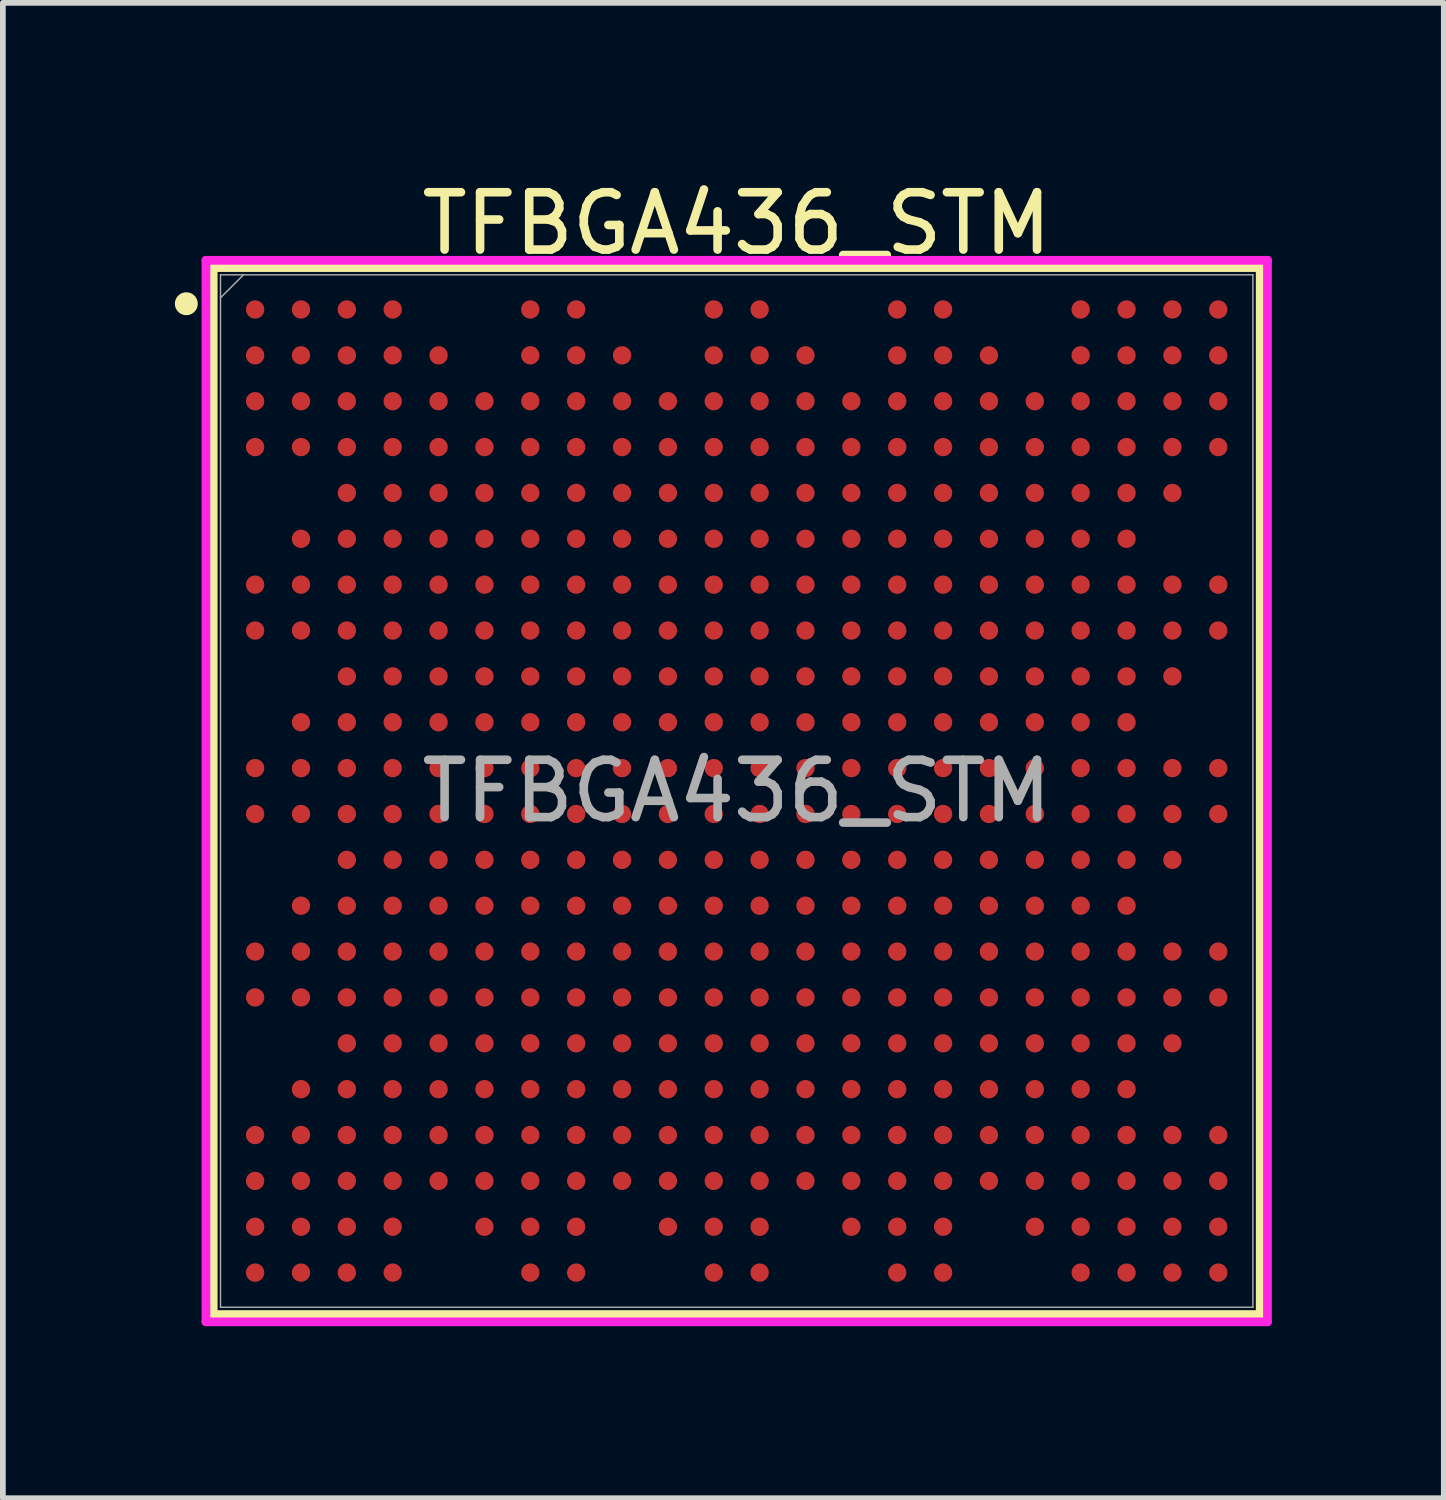
<source format=kicad_pcb>
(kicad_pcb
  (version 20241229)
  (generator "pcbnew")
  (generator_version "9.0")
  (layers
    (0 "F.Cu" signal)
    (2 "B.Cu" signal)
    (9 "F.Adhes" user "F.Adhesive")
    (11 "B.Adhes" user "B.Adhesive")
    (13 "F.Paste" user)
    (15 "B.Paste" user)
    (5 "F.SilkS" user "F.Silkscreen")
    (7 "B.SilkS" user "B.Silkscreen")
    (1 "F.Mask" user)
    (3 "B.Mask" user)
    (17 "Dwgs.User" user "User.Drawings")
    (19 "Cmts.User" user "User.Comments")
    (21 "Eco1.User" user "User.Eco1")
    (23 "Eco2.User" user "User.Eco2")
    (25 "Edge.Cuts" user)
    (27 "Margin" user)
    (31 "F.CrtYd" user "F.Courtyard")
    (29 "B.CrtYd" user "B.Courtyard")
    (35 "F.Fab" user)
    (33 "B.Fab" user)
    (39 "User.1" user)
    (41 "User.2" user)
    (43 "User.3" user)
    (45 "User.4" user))
  (footprint "TFBGA436_STM"
    (layer "F.Cu")
    (at 9.8 10.748)
    (property "Reference" "TFBGA436_STM" (at 0 -9.9 0) (unlocked yes) (layer "F.SilkS") (effects (font (size 1 1) (thickness 0.15))))
    (attr smd)
    (fp_line (start -9.131 -9.131) (end -9.131 9.131) (stroke (width 0.152) (type solid)) (layer "F.SilkS"))
    (fp_line (start -9.131 9.131) (end 9.131 9.131) (stroke (width 0.152) (type solid)) (layer "F.SilkS"))
    (fp_line (start 9.131 -9.131) (end -9.131 -9.131) (stroke (width 0.152) (type solid)) (layer "F.SilkS"))
    (fp_line (start 9.131 9.131) (end 9.131 -9.131) (stroke (width 0.152) (type solid)) (layer "F.SilkS"))
    (fp_circle (center -9.6 -8.5) (end -9.5 -8.5) (stroke (width 0.2) (type solid)) (fill no) (layer "F.SilkS"))
    (fp_poly (pts (xy -9.244 -9.244) (xy 9.244 -9.244) (xy 9.244 9.244) (xy -9.244 9.244)) (stroke (width 0.1) (type solid)) (fill no) (layer "Eco2.User"))
    (fp_line (start -9.258 -9.258) (end 9.258 -9.258) (stroke (width 0.152) (type solid)) (layer "F.CrtYd"))
    (fp_line (start -9.258 9.258) (end -9.258 -9.258) (stroke (width 0.152) (type solid)) (layer "F.CrtYd"))
    (fp_line (start 9.258 -9.258) (end 9.258 9.258) (stroke (width 0.152) (type solid)) (layer "F.CrtYd"))
    (fp_line (start 9.258 9.258) (end -9.258 9.258) (stroke (width 0.152) (type solid)) (layer "F.CrtYd"))
    (fp_line (start -9.004 -9.004) (end -9.004 9.004) (stroke (width 0.025) (type solid)) (layer "F.Fab"))
    (fp_line (start -9.004 9.004) (end 9.004 9.004) (stroke (width 0.025) (type solid)) (layer "F.Fab"))
    (fp_line (start -8.604 -9.004) (end -9.004 -8.604) (stroke (width 0.025) (type solid)) (layer "F.Fab"))
    (fp_line (start 9.004 -9.004) (end -9.004 -9.004) (stroke (width 0.025) (type solid)) (layer "F.Fab"))
    (fp_line (start 9.004 9.004) (end 9.004 -9.004) (stroke (width 0.025) (type solid)) (layer "F.Fab"))
    (fp_text user "${REFERENCE}" (at 0 0 0) (unlocked yes) (layer "F.Fab") (effects (font (size 1 1) (thickness 0.15))))
    (pad "A1" smd circle (at -8.4 -8.4) (size 0.32 0.32) (layers "F.Cu" "F.Mask" "F.Paste"))
    (pad "A2" smd circle (at -7.6 -8.4) (size 0.32 0.32) (layers "F.Cu" "F.Mask" "F.Paste"))
    (pad "A3" smd circle (at -6.8 -8.4) (size 0.32 0.32) (layers "F.Cu" "F.Mask" "F.Paste"))
    (pad "A4" smd circle (at -6 -8.4) (size 0.32 0.32) (layers "F.Cu" "F.Mask" "F.Paste"))
    (pad "A7" smd circle (at -3.6 -8.4) (size 0.32 0.32) (layers "F.Cu" "F.Mask" "F.Paste"))
    (pad "A8" smd circle (at -2.8 -8.4) (size 0.32 0.32) (layers "F.Cu" "F.Mask" "F.Paste"))
    (pad "A11" smd circle (at -0.4 -8.4) (size 0.32 0.32) (layers "F.Cu" "F.Mask" "F.Paste"))
    (pad "A12" smd circle (at 0.4 -8.4) (size 0.32 0.32) (layers "F.Cu" "F.Mask" "F.Paste"))
    (pad "A15" smd circle (at 2.8 -8.4) (size 0.32 0.32) (layers "F.Cu" "F.Mask" "F.Paste"))
    (pad "A16" smd circle (at 3.6 -8.4) (size 0.32 0.32) (layers "F.Cu" "F.Mask" "F.Paste"))
    (pad "A19" smd circle (at 6 -8.4) (size 0.32 0.32) (layers "F.Cu" "F.Mask" "F.Paste"))
    (pad "A20" smd circle (at 6.8 -8.4) (size 0.32 0.32) (layers "F.Cu" "F.Mask" "F.Paste"))
    (pad "A21" smd circle (at 7.6 -8.4) (size 0.32 0.32) (layers "F.Cu" "F.Mask" "F.Paste"))
    (pad "A22" smd circle (at 8.4 -8.4) (size 0.32 0.32) (layers "F.Cu" "F.Mask" "F.Paste"))
    (pad "AA1" smd circle (at -8.4 7.6) (size 0.32 0.32) (layers "F.Cu" "F.Mask" "F.Paste"))
    (pad "AA2" smd circle (at -7.6 7.6) (size 0.32 0.32) (layers "F.Cu" "F.Mask" "F.Paste"))
    (pad "AA3" smd circle (at -6.8 7.6) (size 0.32 0.32) (layers "F.Cu" "F.Mask" "F.Paste"))
    (pad "AA4" smd circle (at -6 7.6) (size 0.32 0.32) (layers "F.Cu" "F.Mask" "F.Paste"))
    (pad "AA6" smd circle (at -4.4 7.6) (size 0.32 0.32) (layers "F.Cu" "F.Mask" "F.Paste"))
    (pad "AA7" smd circle (at -3.6 7.6) (size 0.32 0.32) (layers "F.Cu" "F.Mask" "F.Paste"))
    (pad "AA8" smd circle (at -2.8 7.6) (size 0.32 0.32) (layers "F.Cu" "F.Mask" "F.Paste"))
    (pad "AA10" smd circle (at -1.2 7.6) (size 0.32 0.32) (layers "F.Cu" "F.Mask" "F.Paste"))
    (pad "AA11" smd circle (at -0.4 7.6) (size 0.32 0.32) (layers "F.Cu" "F.Mask" "F.Paste"))
    (pad "AA12" smd circle (at 0.4 7.6) (size 0.32 0.32) (layers "F.Cu" "F.Mask" "F.Paste"))
    (pad "AA14" smd circle (at 2 7.6) (size 0.32 0.32) (layers "F.Cu" "F.Mask" "F.Paste"))
    (pad "AA15" smd circle (at 2.8 7.6) (size 0.32 0.32) (layers "F.Cu" "F.Mask" "F.Paste"))
    (pad "AA16" smd circle (at 3.6 7.6) (size 0.32 0.32) (layers "F.Cu" "F.Mask" "F.Paste"))
    (pad "AA18" smd circle (at 5.2 7.6) (size 0.32 0.32) (layers "F.Cu" "F.Mask" "F.Paste"))
    (pad "AA19" smd circle (at 6 7.6) (size 0.32 0.32) (layers "F.Cu" "F.Mask" "F.Paste"))
    (pad "AA20" smd circle (at 6.8 7.6) (size 0.32 0.32) (layers "F.Cu" "F.Mask" "F.Paste"))
    (pad "AA21" smd circle (at 7.6 7.6) (size 0.32 0.32) (layers "F.Cu" "F.Mask" "F.Paste"))
    (pad "AA22" smd circle (at 8.4 7.6) (size 0.32 0.32) (layers "F.Cu" "F.Mask" "F.Paste"))
    (pad "AB1" smd circle (at -8.4 8.4) (size 0.32 0.32) (layers "F.Cu" "F.Mask" "F.Paste"))
    (pad "AB2" smd circle (at -7.6 8.4) (size 0.32 0.32) (layers "F.Cu" "F.Mask" "F.Paste"))
    (pad "AB3" smd circle (at -6.8 8.4) (size 0.32 0.32) (layers "F.Cu" "F.Mask" "F.Paste"))
    (pad "AB4" smd circle (at -6 8.4) (size 0.32 0.32) (layers "F.Cu" "F.Mask" "F.Paste"))
    (pad "AB7" smd circle (at -3.6 8.4) (size 0.32 0.32) (layers "F.Cu" "F.Mask" "F.Paste"))
    (pad "AB8" smd circle (at -2.8 8.4) (size 0.32 0.32) (layers "F.Cu" "F.Mask" "F.Paste"))
    (pad "AB11" smd circle (at -0.4 8.4) (size 0.32 0.32) (layers "F.Cu" "F.Mask" "F.Paste"))
    (pad "AB12" smd circle (at 0.4 8.4) (size 0.32 0.32) (layers "F.Cu" "F.Mask" "F.Paste"))
    (pad "AB15" smd circle (at 2.8 8.4) (size 0.32 0.32) (layers "F.Cu" "F.Mask" "F.Paste"))
    (pad "AB16" smd circle (at 3.6 8.4) (size 0.32 0.32) (layers "F.Cu" "F.Mask" "F.Paste"))
    (pad "AB19" smd circle (at 6 8.4) (size 0.32 0.32) (layers "F.Cu" "F.Mask" "F.Paste"))
    (pad "AB20" smd circle (at 6.8 8.4) (size 0.32 0.32) (layers "F.Cu" "F.Mask" "F.Paste"))
    (pad "AB21" smd circle (at 7.6 8.4) (size 0.32 0.32) (layers "F.Cu" "F.Mask" "F.Paste"))
    (pad "AB22" smd circle (at 8.4 8.4) (size 0.32 0.32) (layers "F.Cu" "F.Mask" "F.Paste"))
    (pad "B1" smd circle (at -8.4 -7.6) (size 0.32 0.32) (layers "F.Cu" "F.Mask" "F.Paste"))
    (pad "B2" smd circle (at -7.6 -7.6) (size 0.32 0.32) (layers "F.Cu" "F.Mask" "F.Paste"))
    (pad "B3" smd circle (at -6.8 -7.6) (size 0.32 0.32) (layers "F.Cu" "F.Mask" "F.Paste"))
    (pad "B4" smd circle (at -6 -7.6) (size 0.32 0.32) (layers "F.Cu" "F.Mask" "F.Paste"))
    (pad "B5" smd circle (at -5.2 -7.6) (size 0.32 0.32) (layers "F.Cu" "F.Mask" "F.Paste"))
    (pad "B7" smd circle (at -3.6 -7.6) (size 0.32 0.32) (layers "F.Cu" "F.Mask" "F.Paste"))
    (pad "B8" smd circle (at -2.8 -7.6) (size 0.32 0.32) (layers "F.Cu" "F.Mask" "F.Paste"))
    (pad "B9" smd circle (at -2 -7.6) (size 0.32 0.32) (layers "F.Cu" "F.Mask" "F.Paste"))
    (pad "B11" smd circle (at -0.4 -7.6) (size 0.32 0.32) (layers "F.Cu" "F.Mask" "F.Paste"))
    (pad "B12" smd circle (at 0.4 -7.6) (size 0.32 0.32) (layers "F.Cu" "F.Mask" "F.Paste"))
    (pad "B13" smd circle (at 1.2 -7.6) (size 0.32 0.32) (layers "F.Cu" "F.Mask" "F.Paste"))
    (pad "B15" smd circle (at 2.8 -7.6) (size 0.32 0.32) (layers "F.Cu" "F.Mask" "F.Paste"))
    (pad "B16" smd circle (at 3.6 -7.6) (size 0.32 0.32) (layers "F.Cu" "F.Mask" "F.Paste"))
    (pad "B17" smd circle (at 4.4 -7.6) (size 0.32 0.32) (layers "F.Cu" "F.Mask" "F.Paste"))
    (pad "B19" smd circle (at 6 -7.6) (size 0.32 0.32) (layers "F.Cu" "F.Mask" "F.Paste"))
    (pad "B20" smd circle (at 6.8 -7.6) (size 0.32 0.32) (layers "F.Cu" "F.Mask" "F.Paste"))
    (pad "B21" smd circle (at 7.6 -7.6) (size 0.32 0.32) (layers "F.Cu" "F.Mask" "F.Paste"))
    (pad "B22" smd circle (at 8.4 -7.6) (size 0.32 0.32) (layers "F.Cu" "F.Mask" "F.Paste"))
    (pad "C1" smd circle (at -8.4 -6.8) (size 0.32 0.32) (layers "F.Cu" "F.Mask" "F.Paste"))
    (pad "C2" smd circle (at -7.6 -6.8) (size 0.32 0.32) (layers "F.Cu" "F.Mask" "F.Paste"))
    (pad "C3" smd circle (at -6.8 -6.8) (size 0.32 0.32) (layers "F.Cu" "F.Mask" "F.Paste"))
    (pad "C4" smd circle (at -6 -6.8) (size 0.32 0.32) (layers "F.Cu" "F.Mask" "F.Paste"))
    (pad "C5" smd circle (at -5.2 -6.8) (size 0.32 0.32) (layers "F.Cu" "F.Mask" "F.Paste"))
    (pad "C6" smd circle (at -4.4 -6.8) (size 0.32 0.32) (layers "F.Cu" "F.Mask" "F.Paste"))
    (pad "C7" smd circle (at -3.6 -6.8) (size 0.32 0.32) (layers "F.Cu" "F.Mask" "F.Paste"))
    (pad "C8" smd circle (at -2.8 -6.8) (size 0.32 0.32) (layers "F.Cu" "F.Mask" "F.Paste"))
    (pad "C9" smd circle (at -2 -6.8) (size 0.32 0.32) (layers "F.Cu" "F.Mask" "F.Paste"))
    (pad "C10" smd circle (at -1.2 -6.8) (size 0.32 0.32) (layers "F.Cu" "F.Mask" "F.Paste"))
    (pad "C11" smd circle (at -0.4 -6.8) (size 0.32 0.32) (layers "F.Cu" "F.Mask" "F.Paste"))
    (pad "C12" smd circle (at 0.4 -6.8) (size 0.32 0.32) (layers "F.Cu" "F.Mask" "F.Paste"))
    (pad "C13" smd circle (at 1.2 -6.8) (size 0.32 0.32) (layers "F.Cu" "F.Mask" "F.Paste"))
    (pad "C14" smd circle (at 2 -6.8) (size 0.32 0.32) (layers "F.Cu" "F.Mask" "F.Paste"))
    (pad "C15" smd circle (at 2.8 -6.8) (size 0.32 0.32) (layers "F.Cu" "F.Mask" "F.Paste"))
    (pad "C16" smd circle (at 3.6 -6.8) (size 0.32 0.32) (layers "F.Cu" "F.Mask" "F.Paste"))
    (pad "C17" smd circle (at 4.4 -6.8) (size 0.32 0.32) (layers "F.Cu" "F.Mask" "F.Paste"))
    (pad "C18" smd circle (at 5.2 -6.8) (size 0.32 0.32) (layers "F.Cu" "F.Mask" "F.Paste"))
    (pad "C19" smd circle (at 6 -6.8) (size 0.32 0.32) (layers "F.Cu" "F.Mask" "F.Paste"))
    (pad "C20" smd circle (at 6.8 -6.8) (size 0.32 0.32) (layers "F.Cu" "F.Mask" "F.Paste"))
    (pad "C21" smd circle (at 7.6 -6.8) (size 0.32 0.32) (layers "F.Cu" "F.Mask" "F.Paste"))
    (pad "C22" smd circle (at 8.4 -6.8) (size 0.32 0.32) (layers "F.Cu" "F.Mask" "F.Paste"))
    (pad "D1" smd circle (at -8.4 -6) (size 0.32 0.32) (layers "F.Cu" "F.Mask" "F.Paste"))
    (pad "D2" smd circle (at -7.6 -6) (size 0.32 0.32) (layers "F.Cu" "F.Mask" "F.Paste"))
    (pad "D3" smd circle (at -6.8 -6) (size 0.32 0.32) (layers "F.Cu" "F.Mask" "F.Paste"))
    (pad "D4" smd circle (at -6 -6) (size 0.32 0.32) (layers "F.Cu" "F.Mask" "F.Paste"))
    (pad "D5" smd circle (at -5.2 -6) (size 0.32 0.32) (layers "F.Cu" "F.Mask" "F.Paste"))
    (pad "D6" smd circle (at -4.4 -6) (size 0.32 0.32) (layers "F.Cu" "F.Mask" "F.Paste"))
    (pad "D7" smd circle (at -3.6 -6) (size 0.32 0.32) (layers "F.Cu" "F.Mask" "F.Paste"))
    (pad "D8" smd circle (at -2.8 -6) (size 0.32 0.32) (layers "F.Cu" "F.Mask" "F.Paste"))
    (pad "D9" smd circle (at -2 -6) (size 0.32 0.32) (layers "F.Cu" "F.Mask" "F.Paste"))
    (pad "D10" smd circle (at -1.2 -6) (size 0.32 0.32) (layers "F.Cu" "F.Mask" "F.Paste"))
    (pad "D11" smd circle (at -0.4 -6) (size 0.32 0.32) (layers "F.Cu" "F.Mask" "F.Paste"))
    (pad "D12" smd circle (at 0.4 -6) (size 0.32 0.32) (layers "F.Cu" "F.Mask" "F.Paste"))
    (pad "D13" smd circle (at 1.2 -6) (size 0.32 0.32) (layers "F.Cu" "F.Mask" "F.Paste"))
    (pad "D14" smd circle (at 2 -6) (size 0.32 0.32) (layers "F.Cu" "F.Mask" "F.Paste"))
    (pad "D15" smd circle (at 2.8 -6) (size 0.32 0.32) (layers "F.Cu" "F.Mask" "F.Paste"))
    (pad "D16" smd circle (at 3.6 -6) (size 0.32 0.32) (layers "F.Cu" "F.Mask" "F.Paste"))
    (pad "D17" smd circle (at 4.4 -6) (size 0.32 0.32) (layers "F.Cu" "F.Mask" "F.Paste"))
    (pad "D18" smd circle (at 5.2 -6) (size 0.32 0.32) (layers "F.Cu" "F.Mask" "F.Paste"))
    (pad "D19" smd circle (at 6 -6) (size 0.32 0.32) (layers "F.Cu" "F.Mask" "F.Paste"))
    (pad "D20" smd circle (at 6.8 -6) (size 0.32 0.32) (layers "F.Cu" "F.Mask" "F.Paste"))
    (pad "D21" smd circle (at 7.6 -6) (size 0.32 0.32) (layers "F.Cu" "F.Mask" "F.Paste"))
    (pad "D22" smd circle (at 8.4 -6) (size 0.32 0.32) (layers "F.Cu" "F.Mask" "F.Paste"))
    (pad "E3" smd circle (at -6.8 -5.2) (size 0.32 0.32) (layers "F.Cu" "F.Mask" "F.Paste"))
    (pad "E4" smd circle (at -6 -5.2) (size 0.32 0.32) (layers "F.Cu" "F.Mask" "F.Paste"))
    (pad "E5" smd circle (at -5.2 -5.2) (size 0.32 0.32) (layers "F.Cu" "F.Mask" "F.Paste"))
    (pad "E6" smd circle (at -4.4 -5.2) (size 0.32 0.32) (layers "F.Cu" "F.Mask" "F.Paste"))
    (pad "E7" smd circle (at -3.6 -5.2) (size 0.32 0.32) (layers "F.Cu" "F.Mask" "F.Paste"))
    (pad "E8" smd circle (at -2.8 -5.2) (size 0.32 0.32) (layers "F.Cu" "F.Mask" "F.Paste"))
    (pad "E9" smd circle (at -2 -5.2) (size 0.32 0.32) (layers "F.Cu" "F.Mask" "F.Paste"))
    (pad "E10" smd circle (at -1.2 -5.2) (size 0.32 0.32) (layers "F.Cu" "F.Mask" "F.Paste"))
    (pad "E11" smd circle (at -0.4 -5.2) (size 0.32 0.32) (layers "F.Cu" "F.Mask" "F.Paste"))
    (pad "E12" smd circle (at 0.4 -5.2) (size 0.32 0.32) (layers "F.Cu" "F.Mask" "F.Paste"))
    (pad "E13" smd circle (at 1.2 -5.2) (size 0.32 0.32) (layers "F.Cu" "F.Mask" "F.Paste"))
    (pad "E14" smd circle (at 2 -5.2) (size 0.32 0.32) (layers "F.Cu" "F.Mask" "F.Paste"))
    (pad "E15" smd circle (at 2.8 -5.2) (size 0.32 0.32) (layers "F.Cu" "F.Mask" "F.Paste"))
    (pad "E16" smd circle (at 3.6 -5.2) (size 0.32 0.32) (layers "F.Cu" "F.Mask" "F.Paste"))
    (pad "E17" smd circle (at 4.4 -5.2) (size 0.32 0.32) (layers "F.Cu" "F.Mask" "F.Paste"))
    (pad "E18" smd circle (at 5.2 -5.2) (size 0.32 0.32) (layers "F.Cu" "F.Mask" "F.Paste"))
    (pad "E19" smd circle (at 6 -5.2) (size 0.32 0.32) (layers "F.Cu" "F.Mask" "F.Paste"))
    (pad "E20" smd circle (at 6.8 -5.2) (size 0.32 0.32) (layers "F.Cu" "F.Mask" "F.Paste"))
    (pad "E21" smd circle (at 7.6 -5.2) (size 0.32 0.32) (layers "F.Cu" "F.Mask" "F.Paste"))
    (pad "F2" smd circle (at -7.6 -4.4) (size 0.32 0.32) (layers "F.Cu" "F.Mask" "F.Paste"))
    (pad "F3" smd circle (at -6.8 -4.4) (size 0.32 0.32) (layers "F.Cu" "F.Mask" "F.Paste"))
    (pad "F4" smd circle (at -6 -4.4) (size 0.32 0.32) (layers "F.Cu" "F.Mask" "F.Paste"))
    (pad "F5" smd circle (at -5.2 -4.4) (size 0.32 0.32) (layers "F.Cu" "F.Mask" "F.Paste"))
    (pad "F6" smd circle (at -4.4 -4.4) (size 0.32 0.32) (layers "F.Cu" "F.Mask" "F.Paste"))
    (pad "F7" smd circle (at -3.6 -4.4) (size 0.32 0.32) (layers "F.Cu" "F.Mask" "F.Paste"))
    (pad "F8" smd circle (at -2.8 -4.4) (size 0.32 0.32) (layers "F.Cu" "F.Mask" "F.Paste"))
    (pad "F9" smd circle (at -2 -4.4) (size 0.32 0.32) (layers "F.Cu" "F.Mask" "F.Paste"))
    (pad "F10" smd circle (at -1.2 -4.4) (size 0.32 0.32) (layers "F.Cu" "F.Mask" "F.Paste"))
    (pad "F11" smd circle (at -0.4 -4.4) (size 0.32 0.32) (layers "F.Cu" "F.Mask" "F.Paste"))
    (pad "F12" smd circle (at 0.4 -4.4) (size 0.32 0.32) (layers "F.Cu" "F.Mask" "F.Paste"))
    (pad "F13" smd circle (at 1.2 -4.4) (size 0.32 0.32) (layers "F.Cu" "F.Mask" "F.Paste"))
    (pad "F14" smd circle (at 2 -4.4) (size 0.32 0.32) (layers "F.Cu" "F.Mask" "F.Paste"))
    (pad "F15" smd circle (at 2.8 -4.4) (size 0.32 0.32) (layers "F.Cu" "F.Mask" "F.Paste"))
    (pad "F16" smd circle (at 3.6 -4.4) (size 0.32 0.32) (layers "F.Cu" "F.Mask" "F.Paste"))
    (pad "F17" smd circle (at 4.4 -4.4) (size 0.32 0.32) (layers "F.Cu" "F.Mask" "F.Paste"))
    (pad "F18" smd circle (at 5.2 -4.4) (size 0.32 0.32) (layers "F.Cu" "F.Mask" "F.Paste"))
    (pad "F19" smd circle (at 6 -4.4) (size 0.32 0.32) (layers "F.Cu" "F.Mask" "F.Paste"))
    (pad "F20" smd circle (at 6.8 -4.4) (size 0.32 0.32) (layers "F.Cu" "F.Mask" "F.Paste"))
    (pad "G1" smd circle (at -8.4 -3.6) (size 0.32 0.32) (layers "F.Cu" "F.Mask" "F.Paste"))
    (pad "G2" smd circle (at -7.6 -3.6) (size 0.32 0.32) (layers "F.Cu" "F.Mask" "F.Paste"))
    (pad "G3" smd circle (at -6.8 -3.6) (size 0.32 0.32) (layers "F.Cu" "F.Mask" "F.Paste"))
    (pad "G4" smd circle (at -6 -3.6) (size 0.32 0.32) (layers "F.Cu" "F.Mask" "F.Paste"))
    (pad "G5" smd circle (at -5.2 -3.6) (size 0.32 0.32) (layers "F.Cu" "F.Mask" "F.Paste"))
    (pad "G6" smd circle (at -4.4 -3.6) (size 0.32 0.32) (layers "F.Cu" "F.Mask" "F.Paste"))
    (pad "G7" smd circle (at -3.6 -3.6) (size 0.32 0.32) (layers "F.Cu" "F.Mask" "F.Paste"))
    (pad "G8" smd circle (at -2.8 -3.6) (size 0.32 0.32) (layers "F.Cu" "F.Mask" "F.Paste"))
    (pad "G9" smd circle (at -2 -3.6) (size 0.32 0.32) (layers "F.Cu" "F.Mask" "F.Paste"))
    (pad "G10" smd circle (at -1.2 -3.6) (size 0.32 0.32) (layers "F.Cu" "F.Mask" "F.Paste"))
    (pad "G11" smd circle (at -0.4 -3.6) (size 0.32 0.32) (layers "F.Cu" "F.Mask" "F.Paste"))
    (pad "G12" smd circle (at 0.4 -3.6) (size 0.32 0.32) (layers "F.Cu" "F.Mask" "F.Paste"))
    (pad "G13" smd circle (at 1.2 -3.6) (size 0.32 0.32) (layers "F.Cu" "F.Mask" "F.Paste"))
    (pad "G14" smd circle (at 2 -3.6) (size 0.32 0.32) (layers "F.Cu" "F.Mask" "F.Paste"))
    (pad "G15" smd circle (at 2.8 -3.6) (size 0.32 0.32) (layers "F.Cu" "F.Mask" "F.Paste"))
    (pad "G16" smd circle (at 3.6 -3.6) (size 0.32 0.32) (layers "F.Cu" "F.Mask" "F.Paste"))
    (pad "G17" smd circle (at 4.4 -3.6) (size 0.32 0.32) (layers "F.Cu" "F.Mask" "F.Paste"))
    (pad "G18" smd circle (at 5.2 -3.6) (size 0.32 0.32) (layers "F.Cu" "F.Mask" "F.Paste"))
    (pad "G19" smd circle (at 6 -3.6) (size 0.32 0.32) (layers "F.Cu" "F.Mask" "F.Paste"))
    (pad "G20" smd circle (at 6.8 -3.6) (size 0.32 0.32) (layers "F.Cu" "F.Mask" "F.Paste"))
    (pad "G21" smd circle (at 7.6 -3.6) (size 0.32 0.32) (layers "F.Cu" "F.Mask" "F.Paste"))
    (pad "G22" smd circle (at 8.4 -3.6) (size 0.32 0.32) (layers "F.Cu" "F.Mask" "F.Paste"))
    (pad "H1" smd circle (at -8.4 -2.8) (size 0.32 0.32) (layers "F.Cu" "F.Mask" "F.Paste"))
    (pad "H2" smd circle (at -7.6 -2.8) (size 0.32 0.32) (layers "F.Cu" "F.Mask" "F.Paste"))
    (pad "H3" smd circle (at -6.8 -2.8) (size 0.32 0.32) (layers "F.Cu" "F.Mask" "F.Paste"))
    (pad "H4" smd circle (at -6 -2.8) (size 0.32 0.32) (layers "F.Cu" "F.Mask" "F.Paste"))
    (pad "H5" smd circle (at -5.2 -2.8) (size 0.32 0.32) (layers "F.Cu" "F.Mask" "F.Paste"))
    (pad "H6" smd circle (at -4.4 -2.8) (size 0.32 0.32) (layers "F.Cu" "F.Mask" "F.Paste"))
    (pad "H7" smd circle (at -3.6 -2.8) (size 0.32 0.32) (layers "F.Cu" "F.Mask" "F.Paste"))
    (pad "H8" smd circle (at -2.8 -2.8) (size 0.32 0.32) (layers "F.Cu" "F.Mask" "F.Paste"))
    (pad "H9" smd circle (at -2 -2.8) (size 0.32 0.32) (layers "F.Cu" "F.Mask" "F.Paste"))
    (pad "H10" smd circle (at -1.2 -2.8) (size 0.32 0.32) (layers "F.Cu" "F.Mask" "F.Paste"))
    (pad "H11" smd circle (at -0.4 -2.8) (size 0.32 0.32) (layers "F.Cu" "F.Mask" "F.Paste"))
    (pad "H12" smd circle (at 0.4 -2.8) (size 0.32 0.32) (layers "F.Cu" "F.Mask" "F.Paste"))
    (pad "H13" smd circle (at 1.2 -2.8) (size 0.32 0.32) (layers "F.Cu" "F.Mask" "F.Paste"))
    (pad "H14" smd circle (at 2 -2.8) (size 0.32 0.32) (layers "F.Cu" "F.Mask" "F.Paste"))
    (pad "H15" smd circle (at 2.8 -2.8) (size 0.32 0.32) (layers "F.Cu" "F.Mask" "F.Paste"))
    (pad "H16" smd circle (at 3.6 -2.8) (size 0.32 0.32) (layers "F.Cu" "F.Mask" "F.Paste"))
    (pad "H17" smd circle (at 4.4 -2.8) (size 0.32 0.32) (layers "F.Cu" "F.Mask" "F.Paste"))
    (pad "H18" smd circle (at 5.2 -2.8) (size 0.32 0.32) (layers "F.Cu" "F.Mask" "F.Paste"))
    (pad "H19" smd circle (at 6 -2.8) (size 0.32 0.32) (layers "F.Cu" "F.Mask" "F.Paste"))
    (pad "H20" smd circle (at 6.8 -2.8) (size 0.32 0.32) (layers "F.Cu" "F.Mask" "F.Paste"))
    (pad "H21" smd circle (at 7.6 -2.8) (size 0.32 0.32) (layers "F.Cu" "F.Mask" "F.Paste"))
    (pad "H22" smd circle (at 8.4 -2.8) (size 0.32 0.32) (layers "F.Cu" "F.Mask" "F.Paste"))
    (pad "J3" smd circle (at -6.8 -2) (size 0.32 0.32) (layers "F.Cu" "F.Mask" "F.Paste"))
    (pad "J4" smd circle (at -6 -2) (size 0.32 0.32) (layers "F.Cu" "F.Mask" "F.Paste"))
    (pad "J5" smd circle (at -5.2 -2) (size 0.32 0.32) (layers "F.Cu" "F.Mask" "F.Paste"))
    (pad "J6" smd circle (at -4.4 -2) (size 0.32 0.32) (layers "F.Cu" "F.Mask" "F.Paste"))
    (pad "J7" smd circle (at -3.6 -2) (size 0.32 0.32) (layers "F.Cu" "F.Mask" "F.Paste"))
    (pad "J8" smd circle (at -2.8 -2) (size 0.32 0.32) (layers "F.Cu" "F.Mask" "F.Paste"))
    (pad "J9" smd circle (at -2 -2) (size 0.32 0.32) (layers "F.Cu" "F.Mask" "F.Paste"))
    (pad "J10" smd circle (at -1.2 -2) (size 0.32 0.32) (layers "F.Cu" "F.Mask" "F.Paste"))
    (pad "J11" smd circle (at -0.4 -2) (size 0.32 0.32) (layers "F.Cu" "F.Mask" "F.Paste"))
    (pad "J12" smd circle (at 0.4 -2) (size 0.32 0.32) (layers "F.Cu" "F.Mask" "F.Paste"))
    (pad "J13" smd circle (at 1.2 -2) (size 0.32 0.32) (layers "F.Cu" "F.Mask" "F.Paste"))
    (pad "J14" smd circle (at 2 -2) (size 0.32 0.32) (layers "F.Cu" "F.Mask" "F.Paste"))
    (pad "J15" smd circle (at 2.8 -2) (size 0.32 0.32) (layers "F.Cu" "F.Mask" "F.Paste"))
    (pad "J16" smd circle (at 3.6 -2) (size 0.32 0.32) (layers "F.Cu" "F.Mask" "F.Paste"))
    (pad "J17" smd circle (at 4.4 -2) (size 0.32 0.32) (layers "F.Cu" "F.Mask" "F.Paste"))
    (pad "J18" smd circle (at 5.2 -2) (size 0.32 0.32) (layers "F.Cu" "F.Mask" "F.Paste"))
    (pad "J19" smd circle (at 6 -2) (size 0.32 0.32) (layers "F.Cu" "F.Mask" "F.Paste"))
    (pad "J20" smd circle (at 6.8 -2) (size 0.32 0.32) (layers "F.Cu" "F.Mask" "F.Paste"))
    (pad "J21" smd circle (at 7.6 -2) (size 0.32 0.32) (layers "F.Cu" "F.Mask" "F.Paste"))
    (pad "K2" smd circle (at -7.6 -1.2) (size 0.32 0.32) (layers "F.Cu" "F.Mask" "F.Paste"))
    (pad "K3" smd circle (at -6.8 -1.2) (size 0.32 0.32) (layers "F.Cu" "F.Mask" "F.Paste"))
    (pad "K4" smd circle (at -6 -1.2) (size 0.32 0.32) (layers "F.Cu" "F.Mask" "F.Paste"))
    (pad "K5" smd circle (at -5.2 -1.2) (size 0.32 0.32) (layers "F.Cu" "F.Mask" "F.Paste"))
    (pad "K6" smd circle (at -4.4 -1.2) (size 0.32 0.32) (layers "F.Cu" "F.Mask" "F.Paste"))
    (pad "K7" smd circle (at -3.6 -1.2) (size 0.32 0.32) (layers "F.Cu" "F.Mask" "F.Paste"))
    (pad "K8" smd circle (at -2.8 -1.2) (size 0.32 0.32) (layers "F.Cu" "F.Mask" "F.Paste"))
    (pad "K9" smd circle (at -2 -1.2) (size 0.32 0.32) (layers "F.Cu" "F.Mask" "F.Paste"))
    (pad "K10" smd circle (at -1.2 -1.2) (size 0.32 0.32) (layers "F.Cu" "F.Mask" "F.Paste"))
    (pad "K11" smd circle (at -0.4 -1.2) (size 0.32 0.32) (layers "F.Cu" "F.Mask" "F.Paste"))
    (pad "K12" smd circle (at 0.4 -1.2) (size 0.32 0.32) (layers "F.Cu" "F.Mask" "F.Paste"))
    (pad "K13" smd circle (at 1.2 -1.2) (size 0.32 0.32) (layers "F.Cu" "F.Mask" "F.Paste"))
    (pad "K14" smd circle (at 2 -1.2) (size 0.32 0.32) (layers "F.Cu" "F.Mask" "F.Paste"))
    (pad "K15" smd circle (at 2.8 -1.2) (size 0.32 0.32) (layers "F.Cu" "F.Mask" "F.Paste"))
    (pad "K16" smd circle (at 3.6 -1.2) (size 0.32 0.32) (layers "F.Cu" "F.Mask" "F.Paste"))
    (pad "K17" smd circle (at 4.4 -1.2) (size 0.32 0.32) (layers "F.Cu" "F.Mask" "F.Paste"))
    (pad "K18" smd circle (at 5.2 -1.2) (size 0.32 0.32) (layers "F.Cu" "F.Mask" "F.Paste"))
    (pad "K19" smd circle (at 6 -1.2) (size 0.32 0.32) (layers "F.Cu" "F.Mask" "F.Paste"))
    (pad "K20" smd circle (at 6.8 -1.2) (size 0.32 0.32) (layers "F.Cu" "F.Mask" "F.Paste"))
    (pad "L1" smd circle (at -8.4 -0.4) (size 0.32 0.32) (layers "F.Cu" "F.Mask" "F.Paste"))
    (pad "L2" smd circle (at -7.6 -0.4) (size 0.32 0.32) (layers "F.Cu" "F.Mask" "F.Paste"))
    (pad "L3" smd circle (at -6.8 -0.4) (size 0.32 0.32) (layers "F.Cu" "F.Mask" "F.Paste"))
    (pad "L4" smd circle (at -6 -0.4) (size 0.32 0.32) (layers "F.Cu" "F.Mask" "F.Paste"))
    (pad "L5" smd circle (at -5.2 -0.4) (size 0.32 0.32) (layers "F.Cu" "F.Mask" "F.Paste"))
    (pad "L6" smd circle (at -4.4 -0.4) (size 0.32 0.32) (layers "F.Cu" "F.Mask" "F.Paste"))
    (pad "L7" smd circle (at -3.6 -0.4) (size 0.32 0.32) (layers "F.Cu" "F.Mask" "F.Paste"))
    (pad "L8" smd circle (at -2.8 -0.4) (size 0.32 0.32) (layers "F.Cu" "F.Mask" "F.Paste"))
    (pad "L9" smd circle (at -2 -0.4) (size 0.32 0.32) (layers "F.Cu" "F.Mask" "F.Paste"))
    (pad "L10" smd circle (at -1.2 -0.4) (size 0.32 0.32) (layers "F.Cu" "F.Mask" "F.Paste"))
    (pad "L11" smd circle (at -0.4 -0.4) (size 0.32 0.32) (layers "F.Cu" "F.Mask" "F.Paste"))
    (pad "L12" smd circle (at 0.4 -0.4) (size 0.32 0.32) (layers "F.Cu" "F.Mask" "F.Paste"))
    (pad "L13" smd circle (at 1.2 -0.4) (size 0.32 0.32) (layers "F.Cu" "F.Mask" "F.Paste"))
    (pad "L14" smd circle (at 2 -0.4) (size 0.32 0.32) (layers "F.Cu" "F.Mask" "F.Paste"))
    (pad "L15" smd circle (at 2.8 -0.4) (size 0.32 0.32) (layers "F.Cu" "F.Mask" "F.Paste"))
    (pad "L16" smd circle (at 3.6 -0.4) (size 0.32 0.32) (layers "F.Cu" "F.Mask" "F.Paste"))
    (pad "L17" smd circle (at 4.4 -0.4) (size 0.32 0.32) (layers "F.Cu" "F.Mask" "F.Paste"))
    (pad "L18" smd circle (at 5.2 -0.4) (size 0.32 0.32) (layers "F.Cu" "F.Mask" "F.Paste"))
    (pad "L19" smd circle (at 6 -0.4) (size 0.32 0.32) (layers "F.Cu" "F.Mask" "F.Paste"))
    (pad "L20" smd circle (at 6.8 -0.4) (size 0.32 0.32) (layers "F.Cu" "F.Mask" "F.Paste"))
    (pad "L21" smd circle (at 7.6 -0.4) (size 0.32 0.32) (layers "F.Cu" "F.Mask" "F.Paste"))
    (pad "L22" smd circle (at 8.4 -0.4) (size 0.32 0.32) (layers "F.Cu" "F.Mask" "F.Paste"))
    (pad "M1" smd circle (at -8.4 0.4) (size 0.32 0.32) (layers "F.Cu" "F.Mask" "F.Paste"))
    (pad "M2" smd circle (at -7.6 0.4) (size 0.32 0.32) (layers "F.Cu" "F.Mask" "F.Paste"))
    (pad "M3" smd circle (at -6.8 0.4) (size 0.32 0.32) (layers "F.Cu" "F.Mask" "F.Paste"))
    (pad "M4" smd circle (at -6 0.4) (size 0.32 0.32) (layers "F.Cu" "F.Mask" "F.Paste"))
    (pad "M5" smd circle (at -5.2 0.4) (size 0.32 0.32) (layers "F.Cu" "F.Mask" "F.Paste"))
    (pad "M6" smd circle (at -4.4 0.4) (size 0.32 0.32) (layers "F.Cu" "F.Mask" "F.Paste"))
    (pad "M7" smd circle (at -3.6 0.4) (size 0.32 0.32) (layers "F.Cu" "F.Mask" "F.Paste"))
    (pad "M8" smd circle (at -2.8 0.4) (size 0.32 0.32) (layers "F.Cu" "F.Mask" "F.Paste"))
    (pad "M9" smd circle (at -2 0.4) (size 0.32 0.32) (layers "F.Cu" "F.Mask" "F.Paste"))
    (pad "M10" smd circle (at -1.2 0.4) (size 0.32 0.32) (layers "F.Cu" "F.Mask" "F.Paste"))
    (pad "M11" smd circle (at -0.4 0.4) (size 0.32 0.32) (layers "F.Cu" "F.Mask" "F.Paste"))
    (pad "M12" smd circle (at 0.4 0.4) (size 0.32 0.32) (layers "F.Cu" "F.Mask" "F.Paste"))
    (pad "M13" smd circle (at 1.2 0.4) (size 0.32 0.32) (layers "F.Cu" "F.Mask" "F.Paste"))
    (pad "M14" smd circle (at 2 0.4) (size 0.32 0.32) (layers "F.Cu" "F.Mask" "F.Paste"))
    (pad "M15" smd circle (at 2.8 0.4) (size 0.32 0.32) (layers "F.Cu" "F.Mask" "F.Paste"))
    (pad "M16" smd circle (at 3.6 0.4) (size 0.32 0.32) (layers "F.Cu" "F.Mask" "F.Paste"))
    (pad "M17" smd circle (at 4.4 0.4) (size 0.32 0.32) (layers "F.Cu" "F.Mask" "F.Paste"))
    (pad "M18" smd circle (at 5.2 0.4) (size 0.32 0.32) (layers "F.Cu" "F.Mask" "F.Paste"))
    (pad "M19" smd circle (at 6 0.4) (size 0.32 0.32) (layers "F.Cu" "F.Mask" "F.Paste"))
    (pad "M20" smd circle (at 6.8 0.4) (size 0.32 0.32) (layers "F.Cu" "F.Mask" "F.Paste"))
    (pad "M21" smd circle (at 7.6 0.4) (size 0.32 0.32) (layers "F.Cu" "F.Mask" "F.Paste"))
    (pad "M22" smd circle (at 8.4 0.4) (size 0.32 0.32) (layers "F.Cu" "F.Mask" "F.Paste"))
    (pad "N3" smd circle (at -6.8 1.2) (size 0.32 0.32) (layers "F.Cu" "F.Mask" "F.Paste"))
    (pad "N4" smd circle (at -6 1.2) (size 0.32 0.32) (layers "F.Cu" "F.Mask" "F.Paste"))
    (pad "N5" smd circle (at -5.2 1.2) (size 0.32 0.32) (layers "F.Cu" "F.Mask" "F.Paste"))
    (pad "N6" smd circle (at -4.4 1.2) (size 0.32 0.32) (layers "F.Cu" "F.Mask" "F.Paste"))
    (pad "N7" smd circle (at -3.6 1.2) (size 0.32 0.32) (layers "F.Cu" "F.Mask" "F.Paste"))
    (pad "N8" smd circle (at -2.8 1.2) (size 0.32 0.32) (layers "F.Cu" "F.Mask" "F.Paste"))
    (pad "N9" smd circle (at -2 1.2) (size 0.32 0.32) (layers "F.Cu" "F.Mask" "F.Paste"))
    (pad "N10" smd circle (at -1.2 1.2) (size 0.32 0.32) (layers "F.Cu" "F.Mask" "F.Paste"))
    (pad "N11" smd circle (at -0.4 1.2) (size 0.32 0.32) (layers "F.Cu" "F.Mask" "F.Paste"))
    (pad "N12" smd circle (at 0.4 1.2) (size 0.32 0.32) (layers "F.Cu" "F.Mask" "F.Paste"))
    (pad "N13" smd circle (at 1.2 1.2) (size 0.32 0.32) (layers "F.Cu" "F.Mask" "F.Paste"))
    (pad "N14" smd circle (at 2 1.2) (size 0.32 0.32) (layers "F.Cu" "F.Mask" "F.Paste"))
    (pad "N15" smd circle (at 2.8 1.2) (size 0.32 0.32) (layers "F.Cu" "F.Mask" "F.Paste"))
    (pad "N16" smd circle (at 3.6 1.2) (size 0.32 0.32) (layers "F.Cu" "F.Mask" "F.Paste"))
    (pad "N17" smd circle (at 4.4 1.2) (size 0.32 0.32) (layers "F.Cu" "F.Mask" "F.Paste"))
    (pad "N18" smd circle (at 5.2 1.2) (size 0.32 0.32) (layers "F.Cu" "F.Mask" "F.Paste"))
    (pad "N19" smd circle (at 6 1.2) (size 0.32 0.32) (layers "F.Cu" "F.Mask" "F.Paste"))
    (pad "N20" smd circle (at 6.8 1.2) (size 0.32 0.32) (layers "F.Cu" "F.Mask" "F.Paste"))
    (pad "N21" smd circle (at 7.6 1.2) (size 0.32 0.32) (layers "F.Cu" "F.Mask" "F.Paste"))
    (pad "P2" smd circle (at -7.6 2) (size 0.32 0.32) (layers "F.Cu" "F.Mask" "F.Paste"))
    (pad "P3" smd circle (at -6.8 2) (size 0.32 0.32) (layers "F.Cu" "F.Mask" "F.Paste"))
    (pad "P4" smd circle (at -6 2) (size 0.32 0.32) (layers "F.Cu" "F.Mask" "F.Paste"))
    (pad "P5" smd circle (at -5.2 2) (size 0.32 0.32) (layers "F.Cu" "F.Mask" "F.Paste"))
    (pad "P6" smd circle (at -4.4 2) (size 0.32 0.32) (layers "F.Cu" "F.Mask" "F.Paste"))
    (pad "P7" smd circle (at -3.6 2) (size 0.32 0.32) (layers "F.Cu" "F.Mask" "F.Paste"))
    (pad "P8" smd circle (at -2.8 2) (size 0.32 0.32) (layers "F.Cu" "F.Mask" "F.Paste"))
    (pad "P9" smd circle (at -2 2) (size 0.32 0.32) (layers "F.Cu" "F.Mask" "F.Paste"))
    (pad "P10" smd circle (at -1.2 2) (size 0.32 0.32) (layers "F.Cu" "F.Mask" "F.Paste"))
    (pad "P11" smd circle (at -0.4 2) (size 0.32 0.32) (layers "F.Cu" "F.Mask" "F.Paste"))
    (pad "P12" smd circle (at 0.4 2) (size 0.32 0.32) (layers "F.Cu" "F.Mask" "F.Paste"))
    (pad "P13" smd circle (at 1.2 2) (size 0.32 0.32) (layers "F.Cu" "F.Mask" "F.Paste"))
    (pad "P14" smd circle (at 2 2) (size 0.32 0.32) (layers "F.Cu" "F.Mask" "F.Paste"))
    (pad "P15" smd circle (at 2.8 2) (size 0.32 0.32) (layers "F.Cu" "F.Mask" "F.Paste"))
    (pad "P16" smd circle (at 3.6 2) (size 0.32 0.32) (layers "F.Cu" "F.Mask" "F.Paste"))
    (pad "P17" smd circle (at 4.4 2) (size 0.32 0.32) (layers "F.Cu" "F.Mask" "F.Paste"))
    (pad "P18" smd circle (at 5.2 2) (size 0.32 0.32) (layers "F.Cu" "F.Mask" "F.Paste"))
    (pad "P19" smd circle (at 6 2) (size 0.32 0.32) (layers "F.Cu" "F.Mask" "F.Paste"))
    (pad "P20" smd circle (at 6.8 2) (size 0.32 0.32) (layers "F.Cu" "F.Mask" "F.Paste"))
    (pad "R1" smd circle (at -8.4 2.8) (size 0.32 0.32) (layers "F.Cu" "F.Mask" "F.Paste"))
    (pad "R2" smd circle (at -7.6 2.8) (size 0.32 0.32) (layers "F.Cu" "F.Mask" "F.Paste"))
    (pad "R3" smd circle (at -6.8 2.8) (size 0.32 0.32) (layers "F.Cu" "F.Mask" "F.Paste"))
    (pad "R4" smd circle (at -6 2.8) (size 0.32 0.32) (layers "F.Cu" "F.Mask" "F.Paste"))
    (pad "R5" smd circle (at -5.2 2.8) (size 0.32 0.32) (layers "F.Cu" "F.Mask" "F.Paste"))
    (pad "R6" smd circle (at -4.4 2.8) (size 0.32 0.32) (layers "F.Cu" "F.Mask" "F.Paste"))
    (pad "R7" smd circle (at -3.6 2.8) (size 0.32 0.32) (layers "F.Cu" "F.Mask" "F.Paste"))
    (pad "R8" smd circle (at -2.8 2.8) (size 0.32 0.32) (layers "F.Cu" "F.Mask" "F.Paste"))
    (pad "R9" smd circle (at -2 2.8) (size 0.32 0.32) (layers "F.Cu" "F.Mask" "F.Paste"))
    (pad "R10" smd circle (at -1.2 2.8) (size 0.32 0.32) (layers "F.Cu" "F.Mask" "F.Paste"))
    (pad "R11" smd circle (at -0.4 2.8) (size 0.32 0.32) (layers "F.Cu" "F.Mask" "F.Paste"))
    (pad "R12" smd circle (at 0.4 2.8) (size 0.32 0.32) (layers "F.Cu" "F.Mask" "F.Paste"))
    (pad "R13" smd circle (at 1.2 2.8) (size 0.32 0.32) (layers "F.Cu" "F.Mask" "F.Paste"))
    (pad "R14" smd circle (at 2 2.8) (size 0.32 0.32) (layers "F.Cu" "F.Mask" "F.Paste"))
    (pad "R15" smd circle (at 2.8 2.8) (size 0.32 0.32) (layers "F.Cu" "F.Mask" "F.Paste"))
    (pad "R16" smd circle (at 3.6 2.8) (size 0.32 0.32) (layers "F.Cu" "F.Mask" "F.Paste"))
    (pad "R17" smd circle (at 4.4 2.8) (size 0.32 0.32) (layers "F.Cu" "F.Mask" "F.Paste"))
    (pad "R18" smd circle (at 5.2 2.8) (size 0.32 0.32) (layers "F.Cu" "F.Mask" "F.Paste"))
    (pad "R19" smd circle (at 6 2.8) (size 0.32 0.32) (layers "F.Cu" "F.Mask" "F.Paste"))
    (pad "R20" smd circle (at 6.8 2.8) (size 0.32 0.32) (layers "F.Cu" "F.Mask" "F.Paste"))
    (pad "R21" smd circle (at 7.6 2.8) (size 0.32 0.32) (layers "F.Cu" "F.Mask" "F.Paste"))
    (pad "R22" smd circle (at 8.4 2.8) (size 0.32 0.32) (layers "F.Cu" "F.Mask" "F.Paste"))
    (pad "T1" smd circle (at -8.4 3.6) (size 0.32 0.32) (layers "F.Cu" "F.Mask" "F.Paste"))
    (pad "T2" smd circle (at -7.6 3.6) (size 0.32 0.32) (layers "F.Cu" "F.Mask" "F.Paste"))
    (pad "T3" smd circle (at -6.8 3.6) (size 0.32 0.32) (layers "F.Cu" "F.Mask" "F.Paste"))
    (pad "T4" smd circle (at -6 3.6) (size 0.32 0.32) (layers "F.Cu" "F.Mask" "F.Paste"))
    (pad "T5" smd circle (at -5.2 3.6) (size 0.32 0.32) (layers "F.Cu" "F.Mask" "F.Paste"))
    (pad "T6" smd circle (at -4.4 3.6) (size 0.32 0.32) (layers "F.Cu" "F.Mask" "F.Paste"))
    (pad "T7" smd circle (at -3.6 3.6) (size 0.32 0.32) (layers "F.Cu" "F.Mask" "F.Paste"))
    (pad "T8" smd circle (at -2.8 3.6) (size 0.32 0.32) (layers "F.Cu" "F.Mask" "F.Paste"))
    (pad "T9" smd circle (at -2 3.6) (size 0.32 0.32) (layers "F.Cu" "F.Mask" "F.Paste"))
    (pad "T10" smd circle (at -1.2 3.6) (size 0.32 0.32) (layers "F.Cu" "F.Mask" "F.Paste"))
    (pad "T11" smd circle (at -0.4 3.6) (size 0.32 0.32) (layers "F.Cu" "F.Mask" "F.Paste"))
    (pad "T12" smd circle (at 0.4 3.6) (size 0.32 0.32) (layers "F.Cu" "F.Mask" "F.Paste"))
    (pad "T13" smd circle (at 1.2 3.6) (size 0.32 0.32) (layers "F.Cu" "F.Mask" "F.Paste"))
    (pad "T14" smd circle (at 2 3.6) (size 0.32 0.32) (layers "F.Cu" "F.Mask" "F.Paste"))
    (pad "T15" smd circle (at 2.8 3.6) (size 0.32 0.32) (layers "F.Cu" "F.Mask" "F.Paste"))
    (pad "T16" smd circle (at 3.6 3.6) (size 0.32 0.32) (layers "F.Cu" "F.Mask" "F.Paste"))
    (pad "T17" smd circle (at 4.4 3.6) (size 0.32 0.32) (layers "F.Cu" "F.Mask" "F.Paste"))
    (pad "T18" smd circle (at 5.2 3.6) (size 0.32 0.32) (layers "F.Cu" "F.Mask" "F.Paste"))
    (pad "T19" smd circle (at 6 3.6) (size 0.32 0.32) (layers "F.Cu" "F.Mask" "F.Paste"))
    (pad "T20" smd circle (at 6.8 3.6) (size 0.32 0.32) (layers "F.Cu" "F.Mask" "F.Paste"))
    (pad "T21" smd circle (at 7.6 3.6) (size 0.32 0.32) (layers "F.Cu" "F.Mask" "F.Paste"))
    (pad "T22" smd circle (at 8.4 3.6) (size 0.32 0.32) (layers "F.Cu" "F.Mask" "F.Paste"))
    (pad "U3" smd circle (at -6.8 4.4) (size 0.32 0.32) (layers "F.Cu" "F.Mask" "F.Paste"))
    (pad "U4" smd circle (at -6 4.4) (size 0.32 0.32) (layers "F.Cu" "F.Mask" "F.Paste"))
    (pad "U5" smd circle (at -5.2 4.4) (size 0.32 0.32) (layers "F.Cu" "F.Mask" "F.Paste"))
    (pad "U6" smd circle (at -4.4 4.4) (size 0.32 0.32) (layers "F.Cu" "F.Mask" "F.Paste"))
    (pad "U7" smd circle (at -3.6 4.4) (size 0.32 0.32) (layers "F.Cu" "F.Mask" "F.Paste"))
    (pad "U8" smd circle (at -2.8 4.4) (size 0.32 0.32) (layers "F.Cu" "F.Mask" "F.Paste"))
    (pad "U9" smd circle (at -2 4.4) (size 0.32 0.32) (layers "F.Cu" "F.Mask" "F.Paste"))
    (pad "U10" smd circle (at -1.2 4.4) (size 0.32 0.32) (layers "F.Cu" "F.Mask" "F.Paste"))
    (pad "U11" smd circle (at -0.4 4.4) (size 0.32 0.32) (layers "F.Cu" "F.Mask" "F.Paste"))
    (pad "U12" smd circle (at 0.4 4.4) (size 0.32 0.32) (layers "F.Cu" "F.Mask" "F.Paste"))
    (pad "U13" smd circle (at 1.2 4.4) (size 0.32 0.32) (layers "F.Cu" "F.Mask" "F.Paste"))
    (pad "U14" smd circle (at 2 4.4) (size 0.32 0.32) (layers "F.Cu" "F.Mask" "F.Paste"))
    (pad "U15" smd circle (at 2.8 4.4) (size 0.32 0.32) (layers "F.Cu" "F.Mask" "F.Paste"))
    (pad "U16" smd circle (at 3.6 4.4) (size 0.32 0.32) (layers "F.Cu" "F.Mask" "F.Paste"))
    (pad "U17" smd circle (at 4.4 4.4) (size 0.32 0.32) (layers "F.Cu" "F.Mask" "F.Paste"))
    (pad "U18" smd circle (at 5.2 4.4) (size 0.32 0.32) (layers "F.Cu" "F.Mask" "F.Paste"))
    (pad "U19" smd circle (at 6 4.4) (size 0.32 0.32) (layers "F.Cu" "F.Mask" "F.Paste"))
    (pad "U20" smd circle (at 6.8 4.4) (size 0.32 0.32) (layers "F.Cu" "F.Mask" "F.Paste"))
    (pad "U21" smd circle (at 7.6 4.4) (size 0.32 0.32) (layers "F.Cu" "F.Mask" "F.Paste"))
    (pad "V2" smd circle (at -7.6 5.2) (size 0.32 0.32) (layers "F.Cu" "F.Mask" "F.Paste"))
    (pad "V3" smd circle (at -6.8 5.2) (size 0.32 0.32) (layers "F.Cu" "F.Mask" "F.Paste"))
    (pad "V4" smd circle (at -6 5.2) (size 0.32 0.32) (layers "F.Cu" "F.Mask" "F.Paste"))
    (pad "V5" smd circle (at -5.2 5.2) (size 0.32 0.32) (layers "F.Cu" "F.Mask" "F.Paste"))
    (pad "V6" smd circle (at -4.4 5.2) (size 0.32 0.32) (layers "F.Cu" "F.Mask" "F.Paste"))
    (pad "V7" smd circle (at -3.6 5.2) (size 0.32 0.32) (layers "F.Cu" "F.Mask" "F.Paste"))
    (pad "V8" smd circle (at -2.8 5.2) (size 0.32 0.32) (layers "F.Cu" "F.Mask" "F.Paste"))
    (pad "V9" smd circle (at -2 5.2) (size 0.32 0.32) (layers "F.Cu" "F.Mask" "F.Paste"))
    (pad "V10" smd circle (at -1.2 5.2) (size 0.32 0.32) (layers "F.Cu" "F.Mask" "F.Paste"))
    (pad "V11" smd circle (at -0.4 5.2) (size 0.32 0.32) (layers "F.Cu" "F.Mask" "F.Paste"))
    (pad "V12" smd circle (at 0.4 5.2) (size 0.32 0.32) (layers "F.Cu" "F.Mask" "F.Paste"))
    (pad "V13" smd circle (at 1.2 5.2) (size 0.32 0.32) (layers "F.Cu" "F.Mask" "F.Paste"))
    (pad "V14" smd circle (at 2 5.2) (size 0.32 0.32) (layers "F.Cu" "F.Mask" "F.Paste"))
    (pad "V15" smd circle (at 2.8 5.2) (size 0.32 0.32) (layers "F.Cu" "F.Mask" "F.Paste"))
    (pad "V16" smd circle (at 3.6 5.2) (size 0.32 0.32) (layers "F.Cu" "F.Mask" "F.Paste"))
    (pad "V17" smd circle (at 4.4 5.2) (size 0.32 0.32) (layers "F.Cu" "F.Mask" "F.Paste"))
    (pad "V18" smd circle (at 5.2 5.2) (size 0.32 0.32) (layers "F.Cu" "F.Mask" "F.Paste"))
    (pad "V19" smd circle (at 6 5.2) (size 0.32 0.32) (layers "F.Cu" "F.Mask" "F.Paste"))
    (pad "V20" smd circle (at 6.8 5.2) (size 0.32 0.32) (layers "F.Cu" "F.Mask" "F.Paste"))
    (pad "W1" smd circle (at -8.4 6) (size 0.32 0.32) (layers "F.Cu" "F.Mask" "F.Paste"))
    (pad "W2" smd circle (at -7.6 6) (size 0.32 0.32) (layers "F.Cu" "F.Mask" "F.Paste"))
    (pad "W3" smd circle (at -6.8 6) (size 0.32 0.32) (layers "F.Cu" "F.Mask" "F.Paste"))
    (pad "W4" smd circle (at -6 6) (size 0.32 0.32) (layers "F.Cu" "F.Mask" "F.Paste"))
    (pad "W5" smd circle (at -5.2 6) (size 0.32 0.32) (layers "F.Cu" "F.Mask" "F.Paste"))
    (pad "W6" smd circle (at -4.4 6) (size 0.32 0.32) (layers "F.Cu" "F.Mask" "F.Paste"))
    (pad "W7" smd circle (at -3.6 6) (size 0.32 0.32) (layers "F.Cu" "F.Mask" "F.Paste"))
    (pad "W8" smd circle (at -2.8 6) (size 0.32 0.32) (layers "F.Cu" "F.Mask" "F.Paste"))
    (pad "W9" smd circle (at -2 6) (size 0.32 0.32) (layers "F.Cu" "F.Mask" "F.Paste"))
    (pad "W10" smd circle (at -1.2 6) (size 0.32 0.32) (layers "F.Cu" "F.Mask" "F.Paste"))
    (pad "W11" smd circle (at -0.4 6) (size 0.32 0.32) (layers "F.Cu" "F.Mask" "F.Paste"))
    (pad "W12" smd circle (at 0.4 6) (size 0.32 0.32) (layers "F.Cu" "F.Mask" "F.Paste"))
    (pad "W13" smd circle (at 1.2 6) (size 0.32 0.32) (layers "F.Cu" "F.Mask" "F.Paste"))
    (pad "W14" smd circle (at 2 6) (size 0.32 0.32) (layers "F.Cu" "F.Mask" "F.Paste"))
    (pad "W15" smd circle (at 2.8 6) (size 0.32 0.32) (layers "F.Cu" "F.Mask" "F.Paste"))
    (pad "W16" smd circle (at 3.6 6) (size 0.32 0.32) (layers "F.Cu" "F.Mask" "F.Paste"))
    (pad "W17" smd circle (at 4.4 6) (size 0.32 0.32) (layers "F.Cu" "F.Mask" "F.Paste"))
    (pad "W18" smd circle (at 5.2 6) (size 0.32 0.32) (layers "F.Cu" "F.Mask" "F.Paste"))
    (pad "W19" smd circle (at 6 6) (size 0.32 0.32) (layers "F.Cu" "F.Mask" "F.Paste"))
    (pad "W20" smd circle (at 6.8 6) (size 0.32 0.32) (layers "F.Cu" "F.Mask" "F.Paste"))
    (pad "W21" smd circle (at 7.6 6) (size 0.32 0.32) (layers "F.Cu" "F.Mask" "F.Paste"))
    (pad "W22" smd circle (at 8.4 6) (size 0.32 0.32) (layers "F.Cu" "F.Mask" "F.Paste"))
    (pad "Y1" smd circle (at -8.4 6.8) (size 0.32 0.32) (layers "F.Cu" "F.Mask" "F.Paste"))
    (pad "Y2" smd circle (at -7.6 6.8) (size 0.32 0.32) (layers "F.Cu" "F.Mask" "F.Paste"))
    (pad "Y3" smd circle (at -6.8 6.8) (size 0.32 0.32) (layers "F.Cu" "F.Mask" "F.Paste"))
    (pad "Y4" smd circle (at -6 6.8) (size 0.32 0.32) (layers "F.Cu" "F.Mask" "F.Paste"))
    (pad "Y5" smd circle (at -5.2 6.8) (size 0.32 0.32) (layers "F.Cu" "F.Mask" "F.Paste"))
    (pad "Y6" smd circle (at -4.4 6.8) (size 0.32 0.32) (layers "F.Cu" "F.Mask" "F.Paste"))
    (pad "Y7" smd circle (at -3.6 6.8) (size 0.32 0.32) (layers "F.Cu" "F.Mask" "F.Paste"))
    (pad "Y8" smd circle (at -2.8 6.8) (size 0.32 0.32) (layers "F.Cu" "F.Mask" "F.Paste"))
    (pad "Y9" smd circle (at -2 6.8) (size 0.32 0.32) (layers "F.Cu" "F.Mask" "F.Paste"))
    (pad "Y10" smd circle (at -1.2 6.8) (size 0.32 0.32) (layers "F.Cu" "F.Mask" "F.Paste"))
    (pad "Y11" smd circle (at -0.4 6.8) (size 0.32 0.32) (layers "F.Cu" "F.Mask" "F.Paste"))
    (pad "Y12" smd circle (at 0.4 6.8) (size 0.32 0.32) (layers "F.Cu" "F.Mask" "F.Paste"))
    (pad "Y13" smd circle (at 1.2 6.8) (size 0.32 0.32) (layers "F.Cu" "F.Mask" "F.Paste"))
    (pad "Y14" smd circle (at 2 6.8) (size 0.32 0.32) (layers "F.Cu" "F.Mask" "F.Paste"))
    (pad "Y15" smd circle (at 2.8 6.8) (size 0.32 0.32) (layers "F.Cu" "F.Mask" "F.Paste"))
    (pad "Y16" smd circle (at 3.6 6.8) (size 0.32 0.32) (layers "F.Cu" "F.Mask" "F.Paste"))
    (pad "Y17" smd circle (at 4.4 6.8) (size 0.32 0.32) (layers "F.Cu" "F.Mask" "F.Paste"))
    (pad "Y18" smd circle (at 5.2 6.8) (size 0.32 0.32) (layers "F.Cu" "F.Mask" "F.Paste"))
    (pad "Y19" smd circle (at 6 6.8) (size 0.32 0.32) (layers "F.Cu" "F.Mask" "F.Paste"))
    (pad "Y20" smd circle (at 6.8 6.8) (size 0.32 0.32) (layers "F.Cu" "F.Mask" "F.Paste"))
    (pad "Y21" smd circle (at 7.6 6.8) (size 0.32 0.32) (layers "F.Cu" "F.Mask" "F.Paste"))
    (pad "Y22" smd circle (at 8.4 6.8) (size 0.32 0.32) (layers "F.Cu" "F.Mask" "F.Paste")))
  (gr_rect
    (start -3 -3)
    (end 22.134 23.083)
    (stroke (width 0.1) (type default))
    (fill no)
    (layer "Edge.Cuts")))
</source>
